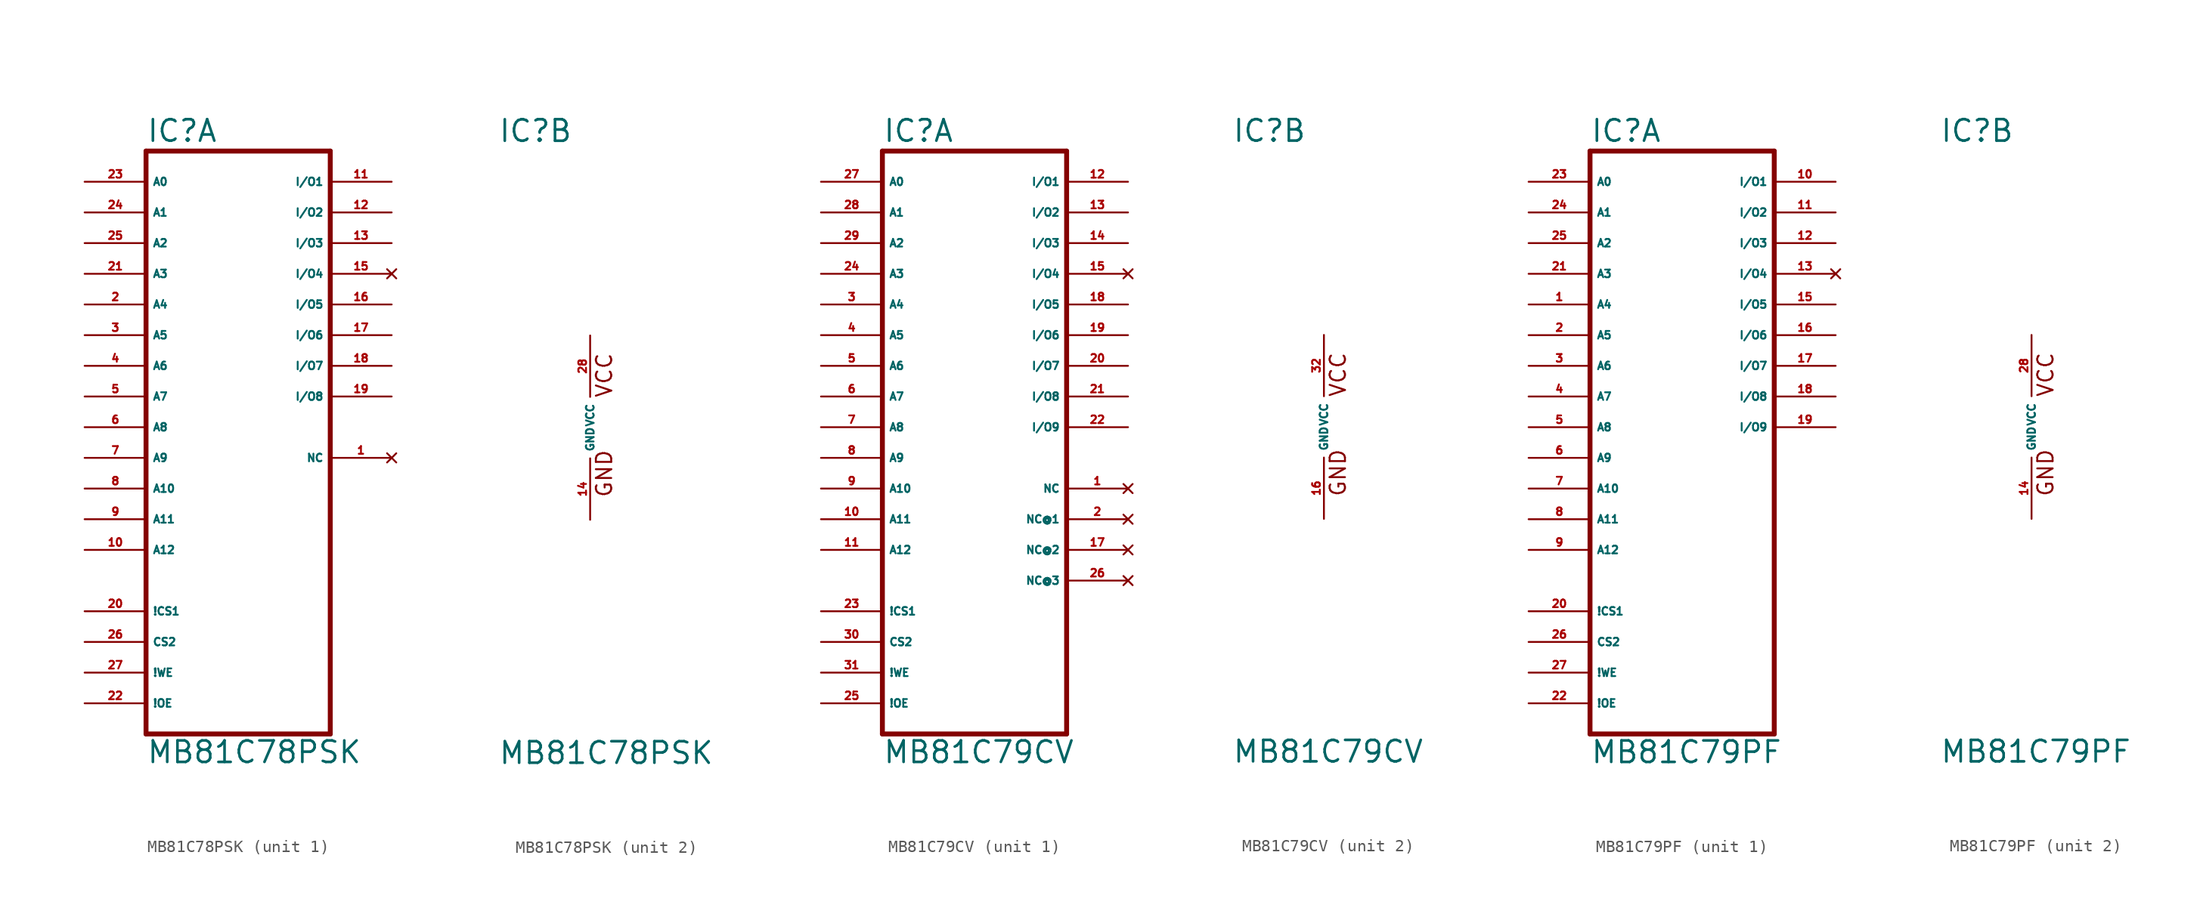
<source format=kicad_sym>
(kicad_symbol_lib
  (version 20220914)
  (generator Eagle2Kicad)
  (symbol "MB81C78PSK"
    (property "Reference" "IC"
      (at -7.62 23.495 0)
      (effects (font (size 1.778 1.778) (thickness 0.22)) (justify left bottom)))
    (property "Value" "MB81C78PSK"
      (at -7.62 -27.94 0)
      (effects (font (size 1.778 1.778) (thickness 0.22)) (justify left bottom)))
    (symbol "MB81C78PSK_1_0"
      (polyline (pts (xy -7.62 -25.4) (xy -7.62 22.86)) (stroke (width 0.406) (type default)) (fill (type none)))
      (polyline (pts (xy -7.62 22.86) (xy 7.62 22.86)) (stroke (width 0.406) (type default)) (fill (type none)))
      (polyline (pts (xy 7.62 22.86) (xy 7.62 -25.4)) (stroke (width 0.406) (type default)) (fill (type none)))
      (polyline (pts (xy 7.62 -25.4) (xy -7.62 -25.4)) (stroke (width 0.406) (type default)) (fill (type none)))
      (pin input line (at -12.7 20.32 0) (length 5.08) (name "A0" (effects (font (size 0.635 0.635) (thickness 0.08)) (justify left bottom))) (number "23" (effects (font (size 0.635 0.635) (thickness 0.08)) (justify left bottom))))
      (pin input line (at -12.7 17.78 0) (length 5.08) (name "A1" (effects (font (size 0.635 0.635) (thickness 0.08)) (justify left bottom))) (number "24" (effects (font (size 0.635 0.635) (thickness 0.08)) (justify left bottom))))
      (pin input line (at -12.7 15.24 0) (length 5.08) (name "A2" (effects (font (size 0.635 0.635) (thickness 0.08)) (justify left bottom))) (number "25" (effects (font (size 0.635 0.635) (thickness 0.08)) (justify left bottom))))
      (pin input line (at -12.7 12.7 0) (length 5.08) (name "A3" (effects (font (size 0.635 0.635) (thickness 0.08)) (justify left bottom))) (number "21" (effects (font (size 0.635 0.635) (thickness 0.08)) (justify left bottom))))
      (pin input line (at -12.7 10.16 0) (length 5.08) (name "A4" (effects (font (size 0.635 0.635) (thickness 0.08)) (justify left bottom))) (number "2" (effects (font (size 0.635 0.635) (thickness 0.08)) (justify left bottom))))
      (pin input line (at -12.7 5.08 0) (length 5.08) (name "A6" (effects (font (size 0.635 0.635) (thickness 0.08)) (justify left bottom))) (number "4" (effects (font (size 0.635 0.635) (thickness 0.08)) (justify left bottom))))
      (pin input line (at -12.7 7.62 0) (length 5.08) (name "A5" (effects (font (size 0.635 0.635) (thickness 0.08)) (justify left bottom))) (number "3" (effects (font (size 0.635 0.635) (thickness 0.08)) (justify left bottom))))
      (pin input line (at -12.7 2.54 0) (length 5.08) (name "A7" (effects (font (size 0.635 0.635) (thickness 0.08)) (justify left bottom))) (number "5" (effects (font (size 0.635 0.635) (thickness 0.08)) (justify left bottom))))
      (pin input line (at -12.7 0 0) (length 5.08) (name "A8" (effects (font (size 0.635 0.635) (thickness 0.08)) (justify left bottom))) (number "6" (effects (font (size 0.635 0.635) (thickness 0.08)) (justify left bottom))))
      (pin input line (at -12.7 -2.54 0) (length 5.08) (name "A9" (effects (font (size 0.635 0.635) (thickness 0.08)) (justify left bottom))) (number "7" (effects (font (size 0.635 0.635) (thickness 0.08)) (justify left bottom))))
      (pin input line (at -12.7 -5.08 0) (length 5.08) (name "A10" (effects (font (size 0.635 0.635) (thickness 0.08)) (justify left bottom))) (number "8" (effects (font (size 0.635 0.635) (thickness 0.08)) (justify left bottom))))
      (pin input line (at -12.7 -7.62 0) (length 5.08) (name "A11" (effects (font (size 0.635 0.635) (thickness 0.08)) (justify left bottom))) (number "9" (effects (font (size 0.635 0.635) (thickness 0.08)) (justify left bottom))))
      (pin bidirectional line (at 12.7 20.32 180) (length 5.08) (name "I/O1" (effects (font (size 0.635 0.635) (thickness 0.08)) (justify left bottom))) (number "11" (effects (font (size 0.635 0.635) (thickness 0.08)) (justify left bottom))))
      (pin bidirectional line (at 12.7 17.78 180) (length 5.08) (name "I/O2" (effects (font (size 0.635 0.635) (thickness 0.08)) (justify left bottom))) (number "12" (effects (font (size 0.635 0.635) (thickness 0.08)) (justify left bottom))))
      (pin bidirectional line (at 12.7 15.24 180) (length 5.08) (name "I/O3" (effects (font (size 0.635 0.635) (thickness 0.08)) (justify left bottom))) (number "13" (effects (font (size 0.635 0.635) (thickness 0.08)) (justify left bottom))))
      (pin no_connect line (at 12.7 12.7 180) (length 5.08) (name "I/O4" (effects (font (size 0.635 0.635) (thickness 0.08)) (justify left bottom) hide)) (number "15" (effects (font (size 0.635 0.635) (thickness 0.08)) (justify left bottom) hide)))
      (pin input line (at -12.7 -17.78 0) (length 5.08) (name "CS2" (effects (font (size 0.635 0.635) (thickness 0.08)) (justify left bottom))) (number "26" (effects (font (size 0.635 0.635) (thickness 0.08)) (justify left bottom))))
      (pin input line (at -12.7 -20.32 0) (length 5.08) (name "!WE" (effects (font (size 0.635 0.635) (thickness 0.08)) (justify left bottom))) (number "27" (effects (font (size 0.635 0.635) (thickness 0.08)) (justify left bottom))))
      (pin input line (at -12.7 -10.16 0) (length 5.08) (name "A12" (effects (font (size 0.635 0.635) (thickness 0.08)) (justify left bottom))) (number "10" (effects (font (size 0.635 0.635) (thickness 0.08)) (justify left bottom))))
      (pin input line (at -12.7 -22.86 0) (length 5.08) (name "!OE" (effects (font (size 0.635 0.635) (thickness 0.08)) (justify left bottom))) (number "22" (effects (font (size 0.635 0.635) (thickness 0.08)) (justify left bottom))))
      (pin bidirectional line (at 12.7 10.16 180) (length 5.08) (name "I/O5" (effects (font (size 0.635 0.635) (thickness 0.08)) (justify left bottom))) (number "16" (effects (font (size 0.635 0.635) (thickness 0.08)) (justify left bottom))))
      (pin bidirectional line (at 12.7 7.62 180) (length 5.08) (name "I/O6" (effects (font (size 0.635 0.635) (thickness 0.08)) (justify left bottom))) (number "17" (effects (font (size 0.635 0.635) (thickness 0.08)) (justify left bottom))))
      (pin bidirectional line (at 12.7 5.08 180) (length 5.08) (name "I/O7" (effects (font (size 0.635 0.635) (thickness 0.08)) (justify left bottom))) (number "18" (effects (font (size 0.635 0.635) (thickness 0.08)) (justify left bottom))))
      (pin bidirectional line (at 12.7 2.54 180) (length 5.08) (name "I/O8" (effects (font (size 0.635 0.635) (thickness 0.08)) (justify left bottom))) (number "19" (effects (font (size 0.635 0.635) (thickness 0.08)) (justify left bottom))))
      (pin no_connect line (at 12.7 -2.54 180) (length 5.08) (name "NC" (effects (font (size 0.635 0.635) (thickness 0.08)) (justify left bottom) hide)) (number "1" (effects (font (size 0.635 0.635) (thickness 0.08)) (justify left bottom) hide)))
      (pin input line (at -12.7 -15.24 0) (length 5.08) (name "!CS1" (effects (font (size 0.635 0.635) (thickness 0.08)) (justify left bottom))) (number "20" (effects (font (size 0.635 0.635) (thickness 0.08)) (justify left bottom)))))
    (symbol "MB81C78PSK_2_0"
      (text "VCC" (at 1.905 2.413 900) (effects (font (size 1.27 1.27) (thickness 0.16)) (justify left bottom)))
      (text "GND" (at 1.905 -5.842 900) (effects (font (size 1.27 1.27) (thickness 0.16)) (justify left bottom)))
      (pin unspecified line (at 0 -7.62 90) (length 5.08) (name "GND" (effects (font (size 0.635 0.635) (thickness 0.08)) (justify left bottom))) (number "14" (effects (font (size 0.635 0.635) (thickness 0.08)) (justify left bottom))))
      (pin unspecified line (at 0 7.62 270) (length 5.08) (name "VCC" (effects (font (size 0.635 0.635) (thickness 0.08)) (justify left bottom))) (number "28" (effects (font (size 0.635 0.635) (thickness 0.08)) (justify left bottom))))))
  (symbol "MB81C79CV"
    (property "Reference" "IC"
      (at -7.62 23.495 0)
      (effects (font (size 1.778 1.778) (thickness 0.22)) (justify left bottom)))
    (property "Value" "MB81C79CV"
      (at -7.62 -27.94 0)
      (effects (font (size 1.778 1.778) (thickness 0.22)) (justify left bottom)))
    (symbol "MB81C79CV_1_0"
      (polyline (pts (xy -7.62 -25.4) (xy -7.62 22.86)) (stroke (width 0.406) (type default)) (fill (type none)))
      (polyline (pts (xy -7.62 22.86) (xy 7.62 22.86)) (stroke (width 0.406) (type default)) (fill (type none)))
      (polyline (pts (xy 7.62 22.86) (xy 7.62 -25.4)) (stroke (width 0.406) (type default)) (fill (type none)))
      (polyline (pts (xy 7.62 -25.4) (xy -7.62 -25.4)) (stroke (width 0.406) (type default)) (fill (type none)))
      (pin input line (at -12.7 20.32 0) (length 5.08) (name "A0" (effects (font (size 0.635 0.635) (thickness 0.08)) (justify left bottom))) (number "27" (effects (font (size 0.635 0.635) (thickness 0.08)) (justify left bottom))))
      (pin input line (at -12.7 17.78 0) (length 5.08) (name "A1" (effects (font (size 0.635 0.635) (thickness 0.08)) (justify left bottom))) (number "28" (effects (font (size 0.635 0.635) (thickness 0.08)) (justify left bottom))))
      (pin input line (at -12.7 15.24 0) (length 5.08) (name "A2" (effects (font (size 0.635 0.635) (thickness 0.08)) (justify left bottom))) (number "29" (effects (font (size 0.635 0.635) (thickness 0.08)) (justify left bottom))))
      (pin input line (at -12.7 12.7 0) (length 5.08) (name "A3" (effects (font (size 0.635 0.635) (thickness 0.08)) (justify left bottom))) (number "24" (effects (font (size 0.635 0.635) (thickness 0.08)) (justify left bottom))))
      (pin input line (at -12.7 10.16 0) (length 5.08) (name "A4" (effects (font (size 0.635 0.635) (thickness 0.08)) (justify left bottom))) (number "3" (effects (font (size 0.635 0.635) (thickness 0.08)) (justify left bottom))))
      (pin input line (at -12.7 5.08 0) (length 5.08) (name "A6" (effects (font (size 0.635 0.635) (thickness 0.08)) (justify left bottom))) (number "5" (effects (font (size 0.635 0.635) (thickness 0.08)) (justify left bottom))))
      (pin input line (at -12.7 7.62 0) (length 5.08) (name "A5" (effects (font (size 0.635 0.635) (thickness 0.08)) (justify left bottom))) (number "4" (effects (font (size 0.635 0.635) (thickness 0.08)) (justify left bottom))))
      (pin input line (at -12.7 2.54 0) (length 5.08) (name "A7" (effects (font (size 0.635 0.635) (thickness 0.08)) (justify left bottom))) (number "6" (effects (font (size 0.635 0.635) (thickness 0.08)) (justify left bottom))))
      (pin input line (at -12.7 0 0) (length 5.08) (name "A8" (effects (font (size 0.635 0.635) (thickness 0.08)) (justify left bottom))) (number "7" (effects (font (size 0.635 0.635) (thickness 0.08)) (justify left bottom))))
      (pin input line (at -12.7 -2.54 0) (length 5.08) (name "A9" (effects (font (size 0.635 0.635) (thickness 0.08)) (justify left bottom))) (number "8" (effects (font (size 0.635 0.635) (thickness 0.08)) (justify left bottom))))
      (pin input line (at -12.7 -5.08 0) (length 5.08) (name "A10" (effects (font (size 0.635 0.635) (thickness 0.08)) (justify left bottom))) (number "9" (effects (font (size 0.635 0.635) (thickness 0.08)) (justify left bottom))))
      (pin input line (at -12.7 -7.62 0) (length 5.08) (name "A11" (effects (font (size 0.635 0.635) (thickness 0.08)) (justify left bottom))) (number "10" (effects (font (size 0.635 0.635) (thickness 0.08)) (justify left bottom))))
      (pin bidirectional line (at 12.7 20.32 180) (length 5.08) (name "I/O1" (effects (font (size 0.635 0.635) (thickness 0.08)) (justify left bottom))) (number "12" (effects (font (size 0.635 0.635) (thickness 0.08)) (justify left bottom))))
      (pin bidirectional line (at 12.7 17.78 180) (length 5.08) (name "I/O2" (effects (font (size 0.635 0.635) (thickness 0.08)) (justify left bottom))) (number "13" (effects (font (size 0.635 0.635) (thickness 0.08)) (justify left bottom))))
      (pin bidirectional line (at 12.7 15.24 180) (length 5.08) (name "I/O3" (effects (font (size 0.635 0.635) (thickness 0.08)) (justify left bottom))) (number "14" (effects (font (size 0.635 0.635) (thickness 0.08)) (justify left bottom))))
      (pin no_connect line (at 12.7 12.7 180) (length 5.08) (name "I/O4" (effects (font (size 0.635 0.635) (thickness 0.08)) (justify left bottom) hide)) (number "15" (effects (font (size 0.635 0.635) (thickness 0.08)) (justify left bottom) hide)))
      (pin input line (at -12.7 -17.78 0) (length 5.08) (name "CS2" (effects (font (size 0.635 0.635) (thickness 0.08)) (justify left bottom))) (number "30" (effects (font (size 0.635 0.635) (thickness 0.08)) (justify left bottom))))
      (pin input line (at -12.7 -20.32 0) (length 5.08) (name "!WE" (effects (font (size 0.635 0.635) (thickness 0.08)) (justify left bottom))) (number "31" (effects (font (size 0.635 0.635) (thickness 0.08)) (justify left bottom))))
      (pin input line (at -12.7 -10.16 0) (length 5.08) (name "A12" (effects (font (size 0.635 0.635) (thickness 0.08)) (justify left bottom))) (number "11" (effects (font (size 0.635 0.635) (thickness 0.08)) (justify left bottom))))
      (pin input line (at -12.7 -22.86 0) (length 5.08) (name "!OE" (effects (font (size 0.635 0.635) (thickness 0.08)) (justify left bottom))) (number "25" (effects (font (size 0.635 0.635) (thickness 0.08)) (justify left bottom))))
      (pin bidirectional line (at 12.7 10.16 180) (length 5.08) (name "I/O5" (effects (font (size 0.635 0.635) (thickness 0.08)) (justify left bottom))) (number "18" (effects (font (size 0.635 0.635) (thickness 0.08)) (justify left bottom))))
      (pin bidirectional line (at 12.7 7.62 180) (length 5.08) (name "I/O6" (effects (font (size 0.635 0.635) (thickness 0.08)) (justify left bottom))) (number "19" (effects (font (size 0.635 0.635) (thickness 0.08)) (justify left bottom))))
      (pin bidirectional line (at 12.7 5.08 180) (length 5.08) (name "I/O7" (effects (font (size 0.635 0.635) (thickness 0.08)) (justify left bottom))) (number "20" (effects (font (size 0.635 0.635) (thickness 0.08)) (justify left bottom))))
      (pin bidirectional line (at 12.7 2.54 180) (length 5.08) (name "I/O8" (effects (font (size 0.635 0.635) (thickness 0.08)) (justify left bottom))) (number "21" (effects (font (size 0.635 0.635) (thickness 0.08)) (justify left bottom))))
      (pin bidirectional line (at 12.7 0 180) (length 5.08) (name "I/O9" (effects (font (size 0.635 0.635) (thickness 0.08)) (justify left bottom))) (number "22" (effects (font (size 0.635 0.635) (thickness 0.08)) (justify left bottom))))
      (pin input line (at -12.7 -15.24 0) (length 5.08) (name "!CS1" (effects (font (size 0.635 0.635) (thickness 0.08)) (justify left bottom))) (number "23" (effects (font (size 0.635 0.635) (thickness 0.08)) (justify left bottom))))
      (pin no_connect line (at 12.7 -5.08 180) (length 5.08) (name "NC" (effects (font (size 0.635 0.635) (thickness 0.08)) (justify left bottom) hide)) (number "1" (effects (font (size 0.635 0.635) (thickness 0.08)) (justify left bottom) hide)))
      (pin no_connect line (at 12.7 -7.62 180) (length 5.08) (name "NC@1" (effects (font (size 0.635 0.635) (thickness 0.08)) (justify left bottom) hide)) (number "2" (effects (font (size 0.635 0.635) (thickness 0.08)) (justify left bottom) hide)))
      (pin no_connect line (at 12.7 -10.16 180) (length 5.08) (name "NC@2" (effects (font (size 0.635 0.635) (thickness 0.08)) (justify left bottom) hide)) (number "17" (effects (font (size 0.635 0.635) (thickness 0.08)) (justify left bottom) hide)))
      (pin no_connect line (at 12.7 -12.7 180) (length 5.08) (name "NC@3" (effects (font (size 0.635 0.635) (thickness 0.08)) (justify left bottom) hide)) (number "26" (effects (font (size 0.635 0.635) (thickness 0.08)) (justify left bottom) hide))))
    (symbol "MB81C79CV_2_0"
      (text "VCC" (at 1.905 2.413 900) (effects (font (size 1.27 1.27) (thickness 0.16)) (justify left bottom)))
      (text "GND" (at 1.905 -5.842 900) (effects (font (size 1.27 1.27) (thickness 0.16)) (justify left bottom)))
      (pin unspecified line (at 0 -7.62 90) (length 5.08) (name "GND" (effects (font (size 0.635 0.635) (thickness 0.08)) (justify left bottom))) (number "16" (effects (font (size 0.635 0.635) (thickness 0.08)) (justify left bottom))))
      (pin unspecified line (at 0 7.62 270) (length 5.08) (name "VCC" (effects (font (size 0.635 0.635) (thickness 0.08)) (justify left bottom))) (number "32" (effects (font (size 0.635 0.635) (thickness 0.08)) (justify left bottom))))))
  (symbol "MB81C79PF"
    (property "Reference" "IC"
      (at -7.62 23.495 0)
      (effects (font (size 1.778 1.778) (thickness 0.22)) (justify left bottom)))
    (property "Value" "MB81C79PF"
      (at -7.62 -27.94 0)
      (effects (font (size 1.778 1.778) (thickness 0.22)) (justify left bottom)))
    (symbol "MB81C79PF_1_0"
      (polyline (pts (xy -7.62 -25.4) (xy -7.62 22.86)) (stroke (width 0.406) (type default)) (fill (type none)))
      (polyline (pts (xy -7.62 22.86) (xy 7.62 22.86)) (stroke (width 0.406) (type default)) (fill (type none)))
      (polyline (pts (xy 7.62 22.86) (xy 7.62 -25.4)) (stroke (width 0.406) (type default)) (fill (type none)))
      (polyline (pts (xy 7.62 -25.4) (xy -7.62 -25.4)) (stroke (width 0.406) (type default)) (fill (type none)))
      (pin input line (at -12.7 20.32 0) (length 5.08) (name "A0" (effects (font (size 0.635 0.635) (thickness 0.08)) (justify left bottom))) (number "23" (effects (font (size 0.635 0.635) (thickness 0.08)) (justify left bottom))))
      (pin input line (at -12.7 17.78 0) (length 5.08) (name "A1" (effects (font (size 0.635 0.635) (thickness 0.08)) (justify left bottom))) (number "24" (effects (font (size 0.635 0.635) (thickness 0.08)) (justify left bottom))))
      (pin input line (at -12.7 15.24 0) (length 5.08) (name "A2" (effects (font (size 0.635 0.635) (thickness 0.08)) (justify left bottom))) (number "25" (effects (font (size 0.635 0.635) (thickness 0.08)) (justify left bottom))))
      (pin input line (at -12.7 12.7 0) (length 5.08) (name "A3" (effects (font (size 0.635 0.635) (thickness 0.08)) (justify left bottom))) (number "21" (effects (font (size 0.635 0.635) (thickness 0.08)) (justify left bottom))))
      (pin input line (at -12.7 10.16 0) (length 5.08) (name "A4" (effects (font (size 0.635 0.635) (thickness 0.08)) (justify left bottom))) (number "1" (effects (font (size 0.635 0.635) (thickness 0.08)) (justify left bottom))))
      (pin input line (at -12.7 5.08 0) (length 5.08) (name "A6" (effects (font (size 0.635 0.635) (thickness 0.08)) (justify left bottom))) (number "3" (effects (font (size 0.635 0.635) (thickness 0.08)) (justify left bottom))))
      (pin input line (at -12.7 7.62 0) (length 5.08) (name "A5" (effects (font (size 0.635 0.635) (thickness 0.08)) (justify left bottom))) (number "2" (effects (font (size 0.635 0.635) (thickness 0.08)) (justify left bottom))))
      (pin input line (at -12.7 2.54 0) (length 5.08) (name "A7" (effects (font (size 0.635 0.635) (thickness 0.08)) (justify left bottom))) (number "4" (effects (font (size 0.635 0.635) (thickness 0.08)) (justify left bottom))))
      (pin input line (at -12.7 0 0) (length 5.08) (name "A8" (effects (font (size 0.635 0.635) (thickness 0.08)) (justify left bottom))) (number "5" (effects (font (size 0.635 0.635) (thickness 0.08)) (justify left bottom))))
      (pin input line (at -12.7 -2.54 0) (length 5.08) (name "A9" (effects (font (size 0.635 0.635) (thickness 0.08)) (justify left bottom))) (number "6" (effects (font (size 0.635 0.635) (thickness 0.08)) (justify left bottom))))
      (pin input line (at -12.7 -5.08 0) (length 5.08) (name "A10" (effects (font (size 0.635 0.635) (thickness 0.08)) (justify left bottom))) (number "7" (effects (font (size 0.635 0.635) (thickness 0.08)) (justify left bottom))))
      (pin input line (at -12.7 -7.62 0) (length 5.08) (name "A11" (effects (font (size 0.635 0.635) (thickness 0.08)) (justify left bottom))) (number "8" (effects (font (size 0.635 0.635) (thickness 0.08)) (justify left bottom))))
      (pin bidirectional line (at 12.7 20.32 180) (length 5.08) (name "I/O1" (effects (font (size 0.635 0.635) (thickness 0.08)) (justify left bottom))) (number "10" (effects (font (size 0.635 0.635) (thickness 0.08)) (justify left bottom))))
      (pin bidirectional line (at 12.7 17.78 180) (length 5.08) (name "I/O2" (effects (font (size 0.635 0.635) (thickness 0.08)) (justify left bottom))) (number "11" (effects (font (size 0.635 0.635) (thickness 0.08)) (justify left bottom))))
      (pin bidirectional line (at 12.7 15.24 180) (length 5.08) (name "I/O3" (effects (font (size 0.635 0.635) (thickness 0.08)) (justify left bottom))) (number "12" (effects (font (size 0.635 0.635) (thickness 0.08)) (justify left bottom))))
      (pin no_connect line (at 12.7 12.7 180) (length 5.08) (name "I/O4" (effects (font (size 0.635 0.635) (thickness 0.08)) (justify left bottom) hide)) (number "13" (effects (font (size 0.635 0.635) (thickness 0.08)) (justify left bottom) hide)))
      (pin input line (at -12.7 -17.78 0) (length 5.08) (name "CS2" (effects (font (size 0.635 0.635) (thickness 0.08)) (justify left bottom))) (number "26" (effects (font (size 0.635 0.635) (thickness 0.08)) (justify left bottom))))
      (pin input line (at -12.7 -20.32 0) (length 5.08) (name "!WE" (effects (font (size 0.635 0.635) (thickness 0.08)) (justify left bottom))) (number "27" (effects (font (size 0.635 0.635) (thickness 0.08)) (justify left bottom))))
      (pin input line (at -12.7 -10.16 0) (length 5.08) (name "A12" (effects (font (size 0.635 0.635) (thickness 0.08)) (justify left bottom))) (number "9" (effects (font (size 0.635 0.635) (thickness 0.08)) (justify left bottom))))
      (pin input line (at -12.7 -22.86 0) (length 5.08) (name "!OE" (effects (font (size 0.635 0.635) (thickness 0.08)) (justify left bottom))) (number "22" (effects (font (size 0.635 0.635) (thickness 0.08)) (justify left bottom))))
      (pin bidirectional line (at 12.7 10.16 180) (length 5.08) (name "I/O5" (effects (font (size 0.635 0.635) (thickness 0.08)) (justify left bottom))) (number "15" (effects (font (size 0.635 0.635) (thickness 0.08)) (justify left bottom))))
      (pin bidirectional line (at 12.7 7.62 180) (length 5.08) (name "I/O6" (effects (font (size 0.635 0.635) (thickness 0.08)) (justify left bottom))) (number "16" (effects (font (size 0.635 0.635) (thickness 0.08)) (justify left bottom))))
      (pin bidirectional line (at 12.7 5.08 180) (length 5.08) (name "I/O7" (effects (font (size 0.635 0.635) (thickness 0.08)) (justify left bottom))) (number "17" (effects (font (size 0.635 0.635) (thickness 0.08)) (justify left bottom))))
      (pin bidirectional line (at 12.7 2.54 180) (length 5.08) (name "I/O8" (effects (font (size 0.635 0.635) (thickness 0.08)) (justify left bottom))) (number "18" (effects (font (size 0.635 0.635) (thickness 0.08)) (justify left bottom))))
      (pin bidirectional line (at 12.7 0 180) (length 5.08) (name "I/O9" (effects (font (size 0.635 0.635) (thickness 0.08)) (justify left bottom))) (number "19" (effects (font (size 0.635 0.635) (thickness 0.08)) (justify left bottom))))
      (pin input line (at -12.7 -15.24 0) (length 5.08) (name "!CS1" (effects (font (size 0.635 0.635) (thickness 0.08)) (justify left bottom))) (number "20" (effects (font (size 0.635 0.635) (thickness 0.08)) (justify left bottom)))))
    (symbol "MB81C79PF_2_0"
      (text "VCC" (at 1.905 2.413 900) (effects (font (size 1.27 1.27) (thickness 0.16)) (justify left bottom)))
      (text "GND" (at 1.905 -5.842 900) (effects (font (size 1.27 1.27) (thickness 0.16)) (justify left bottom)))
      (pin unspecified line (at 0 -7.62 90) (length 5.08) (name "GND" (effects (font (size 0.635 0.635) (thickness 0.08)) (justify left bottom))) (number "14" (effects (font (size 0.635 0.635) (thickness 0.08)) (justify left bottom))))
      (pin unspecified line (at 0 7.62 270) (length 5.08) (name "VCC" (effects (font (size 0.635 0.635) (thickness 0.08)) (justify left bottom))) (number "28" (effects (font (size 0.635 0.635) (thickness 0.08)) (justify left bottom)))))))
</source>
